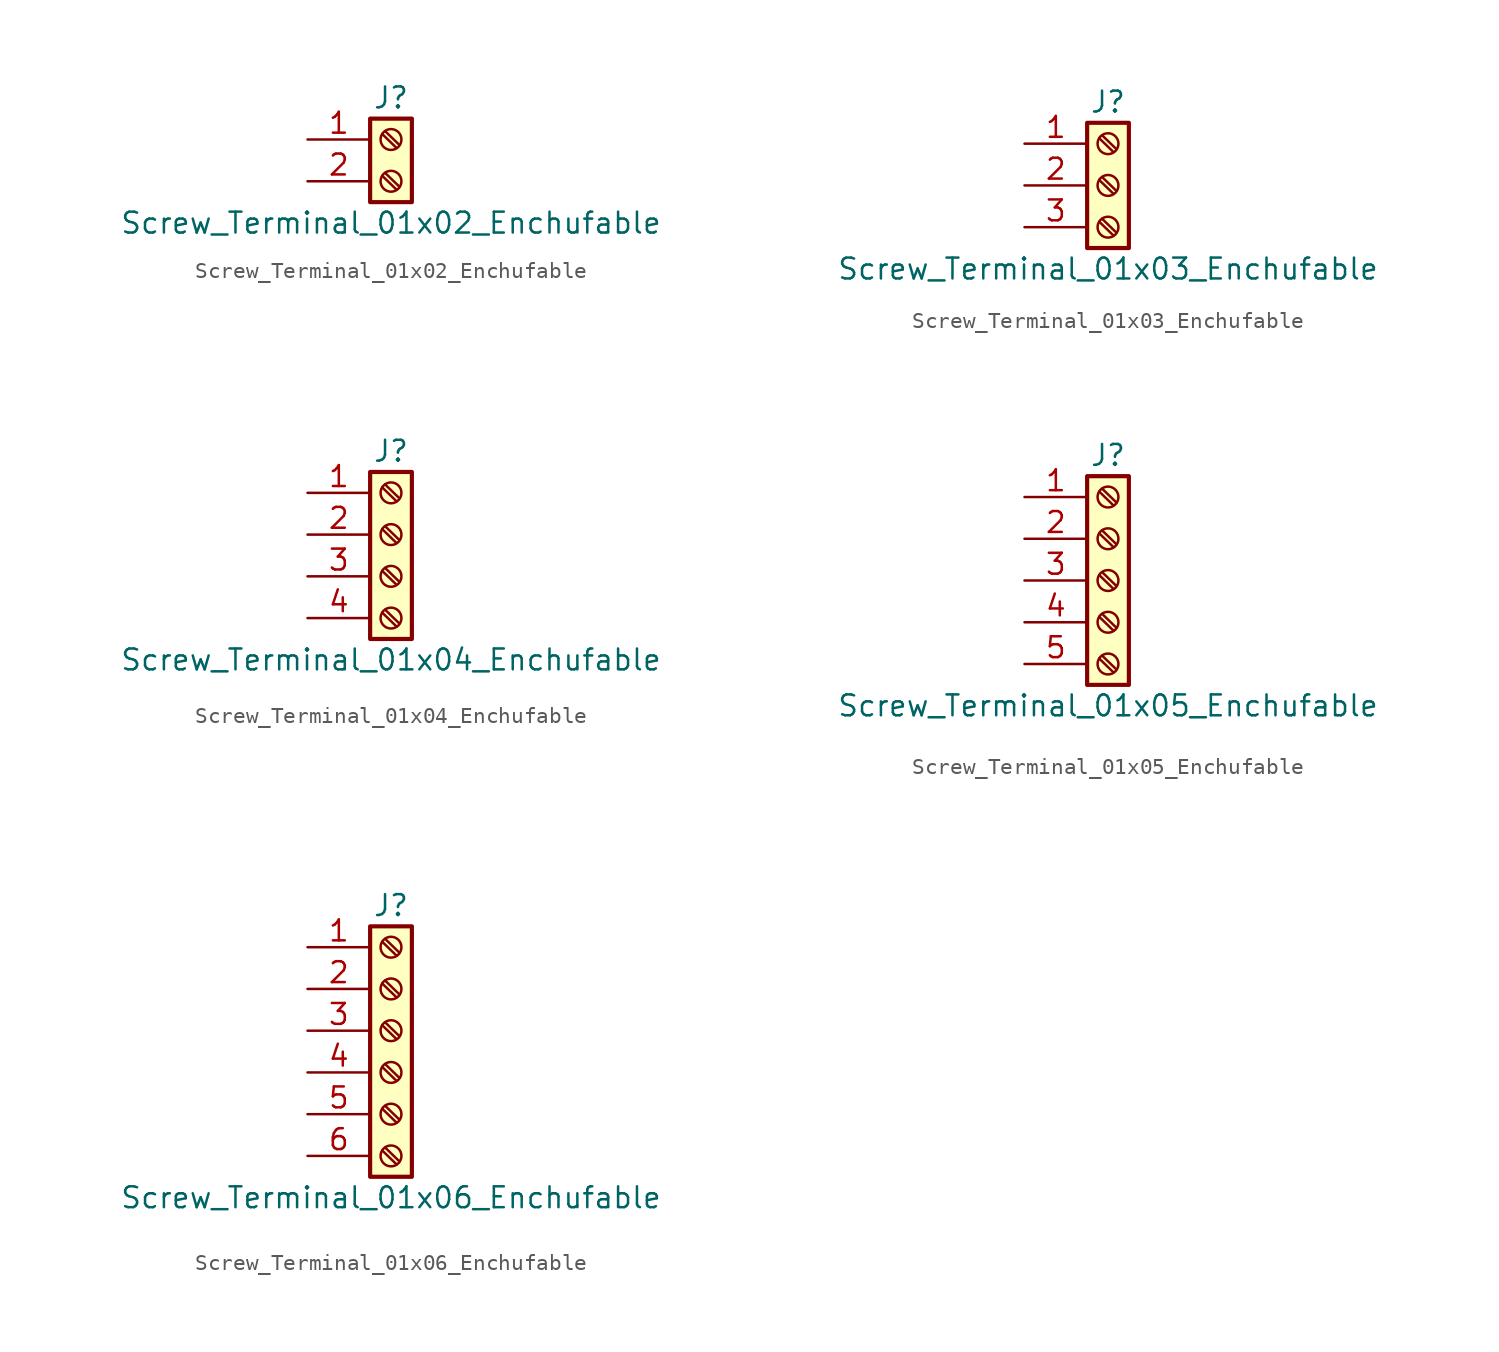
<source format=kicad_sym>
(kicad_symbol_lib
  (version 20231120)
  (generator "kicad_symbol_editor")
  (generator_version "8.0")
  (symbol "Screw_Terminal_01x02_Enchufable"
    (pin_names
      (offset 1.016) hide)
    (property "Reference" "J"
      (at 0 2.54 0)
      (effects (font (size 1.27 1.27))))
    (property "Value" "Screw_Terminal_01x02_Enchufable"
      (at 0 -5.08 0)
      (effects (font (size 1.27 1.27))))
    (symbol "Screw_Terminal_01x02_Enchufable_1_1"
      (rectangle (start -1.27 1.27) (end 1.27 -3.81) (stroke (width 0.254) (type default)) (fill (type background)))
      (circle (center 0 -2.54) (radius 0.635) (stroke (width 0.152) (type default)) (fill (type none)))
      (polyline (pts (xy -0.533 -2.21) (xy 0.33 -3.048)) (stroke (width 0.152) (type default)) (fill (type none)))
      (polyline (pts (xy -0.533 0.33) (xy 0.33 -0.508)) (stroke (width 0.152) (type default)) (fill (type none)))
      (polyline (pts (xy -0.356 -2.032) (xy 0.508 -2.87)) (stroke (width 0.152) (type default)) (fill (type none)))
      (polyline (pts (xy -0.356 0.508) (xy 0.508 -0.33)) (stroke (width 0.152) (type default)) (fill (type none)))
      (circle (center 0 0) (radius 0.635) (stroke (width 0.152) (type default)) (fill (type none)))
      (pin passive line (at -5.08 0 0) (length 3.81) (name "Pin_1" (effects (font (size 1.27 1.27)))) (number "1" (effects (font (size 1.27 1.27)))))
      (pin passive line (at -5.08 -2.54 0) (length 3.81) (name "Pin_2" (effects (font (size 1.27 1.27)))) (number "2" (effects (font (size 1.27 1.27)))))))
  (symbol "Screw_Terminal_01x03_Enchufable"
    (pin_names
      (offset 1.016) hide)
    (property "Reference" "J"
      (at 0 5.08 0)
      (effects (font (size 1.27 1.27))))
    (property "Value" "Screw_Terminal_01x03_Enchufable"
      (at 0 -5.08 0)
      (effects (font (size 1.27 1.27))))
    (symbol "Screw_Terminal_01x03_Enchufable_1_1"
      (rectangle (start -1.27 3.81) (end 1.27 -3.81) (stroke (width 0.254) (type default)) (fill (type background)))
      (circle (center 0 -2.54) (radius 0.635) (stroke (width 0.152) (type default)) (fill (type none)))
      (polyline (pts (xy -0.533 -2.21) (xy 0.33 -3.048)) (stroke (width 0.152) (type default)) (fill (type none)))
      (polyline (pts (xy -0.533 0.33) (xy 0.33 -0.508)) (stroke (width 0.152) (type default)) (fill (type none)))
      (polyline (pts (xy -0.533 2.87) (xy 0.33 2.032)) (stroke (width 0.152) (type default)) (fill (type none)))
      (polyline (pts (xy -0.356 -2.032) (xy 0.508 -2.87)) (stroke (width 0.152) (type default)) (fill (type none)))
      (polyline (pts (xy -0.356 0.508) (xy 0.508 -0.33)) (stroke (width 0.152) (type default)) (fill (type none)))
      (polyline (pts (xy -0.356 3.048) (xy 0.508 2.21)) (stroke (width 0.152) (type default)) (fill (type none)))
      (circle (center 0 0) (radius 0.635) (stroke (width 0.152) (type default)) (fill (type none)))
      (circle (center 0 2.54) (radius 0.635) (stroke (width 0.152) (type default)) (fill (type none)))
      (pin passive line (at -5.08 2.54 0) (length 3.81) (name "Pin_1" (effects (font (size 1.27 1.27)))) (number "1" (effects (font (size 1.27 1.27)))))
      (pin passive line (at -5.08 0 0) (length 3.81) (name "Pin_2" (effects (font (size 1.27 1.27)))) (number "2" (effects (font (size 1.27 1.27)))))
      (pin passive line (at -5.08 -2.54 0) (length 3.81) (name "Pin_3" (effects (font (size 1.27 1.27)))) (number "3" (effects (font (size 1.27 1.27)))))))
  (symbol "Screw_Terminal_01x04_Enchufable"
    (pin_names
      (offset 1.016) hide)
    (property "Reference" "J"
      (at 0 5.08 0)
      (effects (font (size 1.27 1.27))))
    (property "Value" "Screw_Terminal_01x04_Enchufable"
      (at 0 -7.62 0)
      (effects (font (size 1.27 1.27))))
    (symbol "Screw_Terminal_01x04_Enchufable_1_1"
      (rectangle (start -1.27 3.81) (end 1.27 -6.35) (stroke (width 0.254) (type default)) (fill (type background)))
      (circle (center 0 -5.08) (radius 0.635) (stroke (width 0.152) (type default)) (fill (type none)))
      (circle (center 0 -2.54) (radius 0.635) (stroke (width 0.152) (type default)) (fill (type none)))
      (polyline (pts (xy -0.533 -4.75) (xy 0.33 -5.588)) (stroke (width 0.152) (type default)) (fill (type none)))
      (polyline (pts (xy -0.533 -2.21) (xy 0.33 -3.048)) (stroke (width 0.152) (type default)) (fill (type none)))
      (polyline (pts (xy -0.533 0.33) (xy 0.33 -0.508)) (stroke (width 0.152) (type default)) (fill (type none)))
      (polyline (pts (xy -0.533 2.87) (xy 0.33 2.032)) (stroke (width 0.152) (type default)) (fill (type none)))
      (polyline (pts (xy -0.356 -4.572) (xy 0.508 -5.41)) (stroke (width 0.152) (type default)) (fill (type none)))
      (polyline (pts (xy -0.356 -2.032) (xy 0.508 -2.87)) (stroke (width 0.152) (type default)) (fill (type none)))
      (polyline (pts (xy -0.356 0.508) (xy 0.508 -0.33)) (stroke (width 0.152) (type default)) (fill (type none)))
      (polyline (pts (xy -0.356 3.048) (xy 0.508 2.21)) (stroke (width 0.152) (type default)) (fill (type none)))
      (circle (center 0 0) (radius 0.635) (stroke (width 0.152) (type default)) (fill (type none)))
      (circle (center 0 2.54) (radius 0.635) (stroke (width 0.152) (type default)) (fill (type none)))
      (pin passive line (at -5.08 2.54 0) (length 3.81) (name "Pin_1" (effects (font (size 1.27 1.27)))) (number "1" (effects (font (size 1.27 1.27)))))
      (pin passive line (at -5.08 0 0) (length 3.81) (name "Pin_2" (effects (font (size 1.27 1.27)))) (number "2" (effects (font (size 1.27 1.27)))))
      (pin passive line (at -5.08 -2.54 0) (length 3.81) (name "Pin_3" (effects (font (size 1.27 1.27)))) (number "3" (effects (font (size 1.27 1.27)))))
      (pin passive line (at -5.08 -5.08 0) (length 3.81) (name "Pin_4" (effects (font (size 1.27 1.27)))) (number "4" (effects (font (size 1.27 1.27)))))))
  (symbol "Screw_Terminal_01x05_Enchufable"
    (pin_names
      (offset 1.016) hide)
    (property "Reference" "J"
      (at 0 7.62 0)
      (effects (font (size 1.27 1.27))))
    (property "Value" "Screw_Terminal_01x05_Enchufable"
      (at 0 -7.62 0)
      (effects (font (size 1.27 1.27))))
    (symbol "Screw_Terminal_01x05_Enchufable_1_1"
      (rectangle (start -1.27 6.35) (end 1.27 -6.35) (stroke (width 0.254) (type default)) (fill (type background)))
      (circle (center 0 -5.08) (radius 0.635) (stroke (width 0.152) (type default)) (fill (type none)))
      (circle (center 0 -2.54) (radius 0.635) (stroke (width 0.152) (type default)) (fill (type none)))
      (polyline (pts (xy -0.533 -4.75) (xy 0.33 -5.588)) (stroke (width 0.152) (type default)) (fill (type none)))
      (polyline (pts (xy -0.533 -2.21) (xy 0.33 -3.048)) (stroke (width 0.152) (type default)) (fill (type none)))
      (polyline (pts (xy -0.533 0.33) (xy 0.33 -0.508)) (stroke (width 0.152) (type default)) (fill (type none)))
      (polyline (pts (xy -0.533 2.87) (xy 0.33 2.032)) (stroke (width 0.152) (type default)) (fill (type none)))
      (polyline (pts (xy -0.533 5.41) (xy 0.33 4.572)) (stroke (width 0.152) (type default)) (fill (type none)))
      (polyline (pts (xy -0.356 -4.572) (xy 0.508 -5.41)) (stroke (width 0.152) (type default)) (fill (type none)))
      (polyline (pts (xy -0.356 -2.032) (xy 0.508 -2.87)) (stroke (width 0.152) (type default)) (fill (type none)))
      (polyline (pts (xy -0.356 0.508) (xy 0.508 -0.33)) (stroke (width 0.152) (type default)) (fill (type none)))
      (polyline (pts (xy -0.356 3.048) (xy 0.508 2.21)) (stroke (width 0.152) (type default)) (fill (type none)))
      (polyline (pts (xy -0.356 5.588) (xy 0.508 4.75)) (stroke (width 0.152) (type default)) (fill (type none)))
      (circle (center 0 0) (radius 0.635) (stroke (width 0.152) (type default)) (fill (type none)))
      (circle (center 0 2.54) (radius 0.635) (stroke (width 0.152) (type default)) (fill (type none)))
      (circle (center 0 5.08) (radius 0.635) (stroke (width 0.152) (type default)) (fill (type none)))
      (pin passive line (at -5.08 5.08 0) (length 3.81) (name "Pin_1" (effects (font (size 1.27 1.27)))) (number "1" (effects (font (size 1.27 1.27)))))
      (pin passive line (at -5.08 2.54 0) (length 3.81) (name "Pin_2" (effects (font (size 1.27 1.27)))) (number "2" (effects (font (size 1.27 1.27)))))
      (pin passive line (at -5.08 0 0) (length 3.81) (name "Pin_3" (effects (font (size 1.27 1.27)))) (number "3" (effects (font (size 1.27 1.27)))))
      (pin passive line (at -5.08 -2.54 0) (length 3.81) (name "Pin_4" (effects (font (size 1.27 1.27)))) (number "4" (effects (font (size 1.27 1.27)))))
      (pin passive line (at -5.08 -5.08 0) (length 3.81) (name "Pin_5" (effects (font (size 1.27 1.27)))) (number "5" (effects (font (size 1.27 1.27)))))))
  (symbol "Screw_Terminal_01x06_Enchufable"
    (pin_names
      (offset 1.016) hide)
    (property "Reference" "J"
      (at 0 7.62 0)
      (effects (font (size 1.27 1.27))))
    (property "Value" "Screw_Terminal_01x06_Enchufable"
      (at 0 -10.16 0)
      (effects (font (size 1.27 1.27))))
    (symbol "Screw_Terminal_01x06_Enchufable_1_1"
      (rectangle (start -1.27 6.35) (end 1.27 -8.89) (stroke (width 0.254) (type default)) (fill (type background)))
      (circle (center 0 -7.62) (radius 0.635) (stroke (width 0.152) (type default)) (fill (type none)))
      (circle (center 0 -5.08) (radius 0.635) (stroke (width 0.152) (type default)) (fill (type none)))
      (circle (center 0 -2.54) (radius 0.635) (stroke (width 0.152) (type default)) (fill (type none)))
      (polyline (pts (xy -0.533 -7.29) (xy 0.33 -8.128)) (stroke (width 0.152) (type default)) (fill (type none)))
      (polyline (pts (xy -0.533 -4.75) (xy 0.33 -5.588)) (stroke (width 0.152) (type default)) (fill (type none)))
      (polyline (pts (xy -0.533 -2.21) (xy 0.33 -3.048)) (stroke (width 0.152) (type default)) (fill (type none)))
      (polyline (pts (xy -0.533 0.33) (xy 0.33 -0.508)) (stroke (width 0.152) (type default)) (fill (type none)))
      (polyline (pts (xy -0.533 2.87) (xy 0.33 2.032)) (stroke (width 0.152) (type default)) (fill (type none)))
      (polyline (pts (xy -0.533 5.41) (xy 0.33 4.572)) (stroke (width 0.152) (type default)) (fill (type none)))
      (polyline (pts (xy -0.356 -7.112) (xy 0.508 -7.95)) (stroke (width 0.152) (type default)) (fill (type none)))
      (polyline (pts (xy -0.356 -4.572) (xy 0.508 -5.41)) (stroke (width 0.152) (type default)) (fill (type none)))
      (polyline (pts (xy -0.356 -2.032) (xy 0.508 -2.87)) (stroke (width 0.152) (type default)) (fill (type none)))
      (polyline (pts (xy -0.356 0.508) (xy 0.508 -0.33)) (stroke (width 0.152) (type default)) (fill (type none)))
      (polyline (pts (xy -0.356 3.048) (xy 0.508 2.21)) (stroke (width 0.152) (type default)) (fill (type none)))
      (polyline (pts (xy -0.356 5.588) (xy 0.508 4.75)) (stroke (width 0.152) (type default)) (fill (type none)))
      (circle (center 0 0) (radius 0.635) (stroke (width 0.152) (type default)) (fill (type none)))
      (circle (center 0 2.54) (radius 0.635) (stroke (width 0.152) (type default)) (fill (type none)))
      (circle (center 0 5.08) (radius 0.635) (stroke (width 0.152) (type default)) (fill (type none)))
      (pin passive line (at -5.08 5.08 0) (length 3.81) (name "Pin_1" (effects (font (size 1.27 1.27)))) (number "1" (effects (font (size 1.27 1.27)))))
      (pin passive line (at -5.08 2.54 0) (length 3.81) (name "Pin_2" (effects (font (size 1.27 1.27)))) (number "2" (effects (font (size 1.27 1.27)))))
      (pin passive line (at -5.08 0 0) (length 3.81) (name "Pin_3" (effects (font (size 1.27 1.27)))) (number "3" (effects (font (size 1.27 1.27)))))
      (pin passive line (at -5.08 -2.54 0) (length 3.81) (name "Pin_4" (effects (font (size 1.27 1.27)))) (number "4" (effects (font (size 1.27 1.27)))))
      (pin passive line (at -5.08 -5.08 0) (length 3.81) (name "Pin_5" (effects (font (size 1.27 1.27)))) (number "5" (effects (font (size 1.27 1.27)))))
      (pin passive line (at -5.08 -7.62 0) (length 3.81) (name "Pin_6" (effects (font (size 1.27 1.27)))) (number "6" (effects (font (size 1.27 1.27))))))))
</source>
